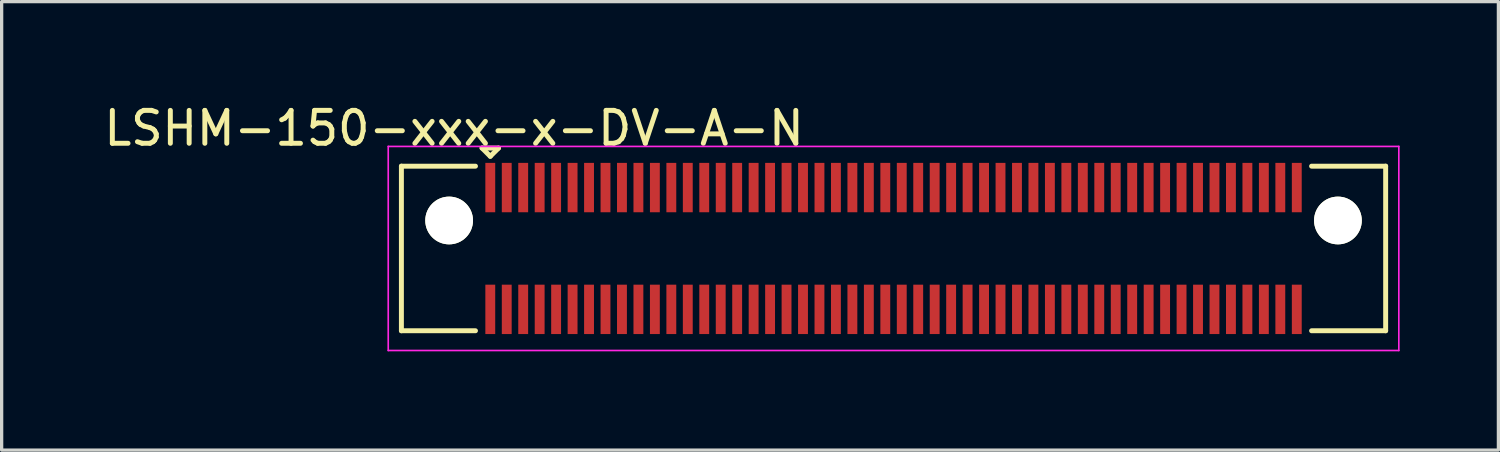
<source format=kicad_pcb>
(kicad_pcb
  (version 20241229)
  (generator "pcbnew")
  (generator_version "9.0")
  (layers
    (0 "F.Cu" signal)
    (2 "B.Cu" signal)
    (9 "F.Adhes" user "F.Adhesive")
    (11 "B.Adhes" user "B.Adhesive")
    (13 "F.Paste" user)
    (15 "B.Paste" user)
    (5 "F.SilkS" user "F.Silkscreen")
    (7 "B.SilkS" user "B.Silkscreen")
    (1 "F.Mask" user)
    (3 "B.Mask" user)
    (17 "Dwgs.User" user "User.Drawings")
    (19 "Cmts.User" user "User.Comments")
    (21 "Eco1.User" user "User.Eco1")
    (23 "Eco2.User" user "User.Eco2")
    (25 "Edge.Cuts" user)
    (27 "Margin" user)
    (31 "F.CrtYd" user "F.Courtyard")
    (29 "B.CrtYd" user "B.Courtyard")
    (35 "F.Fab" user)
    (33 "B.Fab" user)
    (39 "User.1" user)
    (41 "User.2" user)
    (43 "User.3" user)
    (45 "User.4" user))
  (footprint "LSHM-150-xxx-x-DV-A-N"
    (layer "F.Cu")
    (at 24.094 4.498)
    (property "Reference" "LSHM-150-xxx-x-DV-A-N" (at -13.35 -3.65 0) (layer "F.SilkS") (effects (font (size 1 1) (thickness 0.15))))
    (attr smd)
    (fp_line (start -14.95 -2.5) (end -14.95 2.5) (stroke (width 0.15) (type solid)) (layer "F.SilkS"))
    (fp_line (start -14.95 -2.5) (end -12.7 -2.5) (stroke (width 0.15) (type solid)) (layer "F.SilkS"))
    (fp_line (start -14.95 2.5) (end -12.7 2.5) (stroke (width 0.15) (type solid)) (layer "F.SilkS"))
    (fp_line (start -12.5 -3.05) (end -12.25 -2.8) (stroke (width 0.15) (type solid)) (layer "F.SilkS"))
    (fp_line (start -12.25 -2.8) (end -12 -3.05) (stroke (width 0.15) (type solid)) (layer "F.SilkS"))
    (fp_line (start -12 -3.05) (end -12.5 -3.05) (stroke (width 0.15) (type solid)) (layer "F.SilkS"))
    (fp_line (start 14.95 -2.5) (end 12.7 -2.5) (stroke (width 0.15) (type solid)) (layer "F.SilkS"))
    (fp_line (start 14.95 -2.5) (end 14.95 2.5) (stroke (width 0.15) (type solid)) (layer "F.SilkS"))
    (fp_line (start 14.95 2.5) (end 12.7 2.5) (stroke (width 0.15) (type solid)) (layer "F.SilkS"))
    (fp_line (start -15.35 -3.1) (end 15.35 -3.1) (stroke (width 0.05) (type solid)) (layer "F.CrtYd"))
    (fp_line (start -15.35 3.1) (end -15.35 -3.1) (stroke (width 0.05) (type solid)) (layer "F.CrtYd"))
    (fp_line (start -15.35 3.1) (end 15.35 3.1) (stroke (width 0.05) (type solid)) (layer "F.CrtYd"))
    (fp_line (start 15.35 3.1) (end 15.35 -3.1) (stroke (width 0.05) (type solid)) (layer "F.CrtYd"))
    (pad "" np_thru_hole circle (at -13.5 -0.85) (size 1.45 1.45) (drill 1.45) (layers "*.Cu" "*.Mask" "F.SilkS"))
    (pad "" np_thru_hole circle (at 13.5 -0.85) (size 1.45 1.45) (drill 1.45) (layers "*.Cu" "*.Mask" "F.SilkS"))
    (pad "1" smd rect (at -12.25 -1.85) (size 0.3 1.5) (layers "F.Cu" "F.Mask" "F.Paste"))
    (pad "2" smd rect (at -12.25 1.85) (size 0.3 1.5) (layers "F.Cu" "F.Mask" "F.Paste"))
    (pad "3" smd rect (at -11.75 -1.85) (size 0.3 1.5) (layers "F.Cu" "F.Mask" "F.Paste"))
    (pad "4" smd rect (at -11.75 1.85) (size 0.3 1.5) (layers "F.Cu" "F.Mask" "F.Paste"))
    (pad "5" smd rect (at -11.25 -1.85) (size 0.3 1.5) (layers "F.Cu" "F.Mask" "F.Paste"))
    (pad "6" smd rect (at -11.25 1.85) (size 0.3 1.5) (layers "F.Cu" "F.Mask" "F.Paste"))
    (pad "7" smd rect (at -10.75 -1.85) (size 0.3 1.5) (layers "F.Cu" "F.Mask" "F.Paste"))
    (pad "8" smd rect (at -10.75 1.85) (size 0.3 1.5) (layers "F.Cu" "F.Mask" "F.Paste"))
    (pad "9" smd rect (at -10.25 -1.85) (size 0.3 1.5) (layers "F.Cu" "F.Mask" "F.Paste"))
    (pad "10" smd rect (at -10.25 1.85) (size 0.3 1.5) (layers "F.Cu" "F.Mask" "F.Paste"))
    (pad "11" smd rect (at -9.75 -1.85) (size 0.3 1.5) (layers "F.Cu" "F.Mask" "F.Paste"))
    (pad "12" smd rect (at -9.75 1.85) (size 0.3 1.5) (layers "F.Cu" "F.Mask" "F.Paste"))
    (pad "13" smd rect (at -9.25 -1.85) (size 0.3 1.5) (layers "F.Cu" "F.Mask" "F.Paste"))
    (pad "14" smd rect (at -9.25 1.85) (size 0.3 1.5) (layers "F.Cu" "F.Mask" "F.Paste"))
    (pad "15" smd rect (at -8.75 -1.85) (size 0.3 1.5) (layers "F.Cu" "F.Mask" "F.Paste"))
    (pad "16" smd rect (at -8.75 1.85) (size 0.3 1.5) (layers "F.Cu" "F.Mask" "F.Paste"))
    (pad "17" smd rect (at -8.25 -1.85) (size 0.3 1.5) (layers "F.Cu" "F.Mask" "F.Paste"))
    (pad "18" smd rect (at -8.25 1.85) (size 0.3 1.5) (layers "F.Cu" "F.Mask" "F.Paste"))
    (pad "19" smd rect (at -7.75 -1.85) (size 0.3 1.5) (layers "F.Cu" "F.Mask" "F.Paste"))
    (pad "20" smd rect (at -7.75 1.85) (size 0.3 1.5) (layers "F.Cu" "F.Mask" "F.Paste"))
    (pad "21" smd rect (at -7.25 -1.85) (size 0.3 1.5) (layers "F.Cu" "F.Mask" "F.Paste"))
    (pad "22" smd rect (at -7.25 1.85) (size 0.3 1.5) (layers "F.Cu" "F.Mask" "F.Paste"))
    (pad "23" smd rect (at -6.75 -1.85) (size 0.3 1.5) (layers "F.Cu" "F.Mask" "F.Paste"))
    (pad "24" smd rect (at -6.75 1.85) (size 0.3 1.5) (layers "F.Cu" "F.Mask" "F.Paste"))
    (pad "25" smd rect (at -6.25 -1.85) (size 0.3 1.5) (layers "F.Cu" "F.Mask" "F.Paste"))
    (pad "26" smd rect (at -6.25 1.85) (size 0.3 1.5) (layers "F.Cu" "F.Mask" "F.Paste"))
    (pad "27" smd rect (at -5.75 -1.85) (size 0.3 1.5) (layers "F.Cu" "F.Mask" "F.Paste"))
    (pad "28" smd rect (at -5.75 1.85) (size 0.3 1.5) (layers "F.Cu" "F.Mask" "F.Paste"))
    (pad "29" smd rect (at -5.25 -1.85) (size 0.3 1.5) (layers "F.Cu" "F.Mask" "F.Paste"))
    (pad "30" smd rect (at -5.25 1.85) (size 0.3 1.5) (layers "F.Cu" "F.Mask" "F.Paste"))
    (pad "31" smd rect (at -4.75 -1.85) (size 0.3 1.5) (layers "F.Cu" "F.Mask" "F.Paste"))
    (pad "32" smd rect (at -4.75 1.85) (size 0.3 1.5) (layers "F.Cu" "F.Mask" "F.Paste"))
    (pad "33" smd rect (at -4.25 -1.85) (size 0.3 1.5) (layers "F.Cu" "F.Mask" "F.Paste"))
    (pad "34" smd rect (at -4.25 1.85) (size 0.3 1.5) (layers "F.Cu" "F.Mask" "F.Paste"))
    (pad "35" smd rect (at -3.75 -1.85) (size 0.3 1.5) (layers "F.Cu" "F.Mask" "F.Paste"))
    (pad "36" smd rect (at -3.75 1.85) (size 0.3 1.5) (layers "F.Cu" "F.Mask" "F.Paste"))
    (pad "37" smd rect (at -3.25 -1.85) (size 0.3 1.5) (layers "F.Cu" "F.Mask" "F.Paste"))
    (pad "38" smd rect (at -3.25 1.85) (size 0.3 1.5) (layers "F.Cu" "F.Mask" "F.Paste"))
    (pad "39" smd rect (at -2.75 -1.85) (size 0.3 1.5) (layers "F.Cu" "F.Mask" "F.Paste"))
    (pad "40" smd rect (at -2.75 1.85) (size 0.3 1.5) (layers "F.Cu" "F.Mask" "F.Paste"))
    (pad "41" smd rect (at -2.25 -1.85) (size 0.3 1.5) (layers "F.Cu" "F.Mask" "F.Paste"))
    (pad "42" smd rect (at -2.25 1.85) (size 0.3 1.5) (layers "F.Cu" "F.Mask" "F.Paste"))
    (pad "43" smd rect (at -1.75 -1.85) (size 0.3 1.5) (layers "F.Cu" "F.Mask" "F.Paste"))
    (pad "44" smd rect (at -1.75 1.85) (size 0.3 1.5) (layers "F.Cu" "F.Mask" "F.Paste"))
    (pad "45" smd rect (at -1.25 -1.85) (size 0.3 1.5) (layers "F.Cu" "F.Mask" "F.Paste"))
    (pad "46" smd rect (at -1.25 1.85) (size 0.3 1.5) (layers "F.Cu" "F.Mask" "F.Paste"))
    (pad "47" smd rect (at -0.75 -1.85) (size 0.3 1.5) (layers "F.Cu" "F.Mask" "F.Paste"))
    (pad "48" smd rect (at -0.75 1.85) (size 0.3 1.5) (layers "F.Cu" "F.Mask" "F.Paste"))
    (pad "49" smd rect (at -0.25 -1.85) (size 0.3 1.5) (layers "F.Cu" "F.Mask" "F.Paste"))
    (pad "50" smd rect (at -0.25 1.85) (size 0.3 1.5) (layers "F.Cu" "F.Mask" "F.Paste"))
    (pad "51" smd rect (at 0.25 -1.85) (size 0.3 1.5) (layers "F.Cu" "F.Mask" "F.Paste"))
    (pad "52" smd rect (at 0.25 1.85) (size 0.3 1.5) (layers "F.Cu" "F.Mask" "F.Paste"))
    (pad "53" smd rect (at 0.75 -1.85) (size 0.3 1.5) (layers "F.Cu" "F.Mask" "F.Paste"))
    (pad "54" smd rect (at 0.75 1.85) (size 0.3 1.5) (layers "F.Cu" "F.Mask" "F.Paste"))
    (pad "55" smd rect (at 1.25 -1.85) (size 0.3 1.5) (layers "F.Cu" "F.Mask" "F.Paste"))
    (pad "56" smd rect (at 1.25 1.85) (size 0.3 1.5) (layers "F.Cu" "F.Mask" "F.Paste"))
    (pad "57" smd rect (at 1.75 -1.85) (size 0.3 1.5) (layers "F.Cu" "F.Mask" "F.Paste"))
    (pad "58" smd rect (at 1.75 1.85) (size 0.3 1.5) (layers "F.Cu" "F.Mask" "F.Paste"))
    (pad "59" smd rect (at 2.25 -1.85) (size 0.3 1.5) (layers "F.Cu" "F.Mask" "F.Paste"))
    (pad "60" smd rect (at 2.25 1.85) (size 0.3 1.5) (layers "F.Cu" "F.Mask" "F.Paste"))
    (pad "61" smd rect (at 2.75 -1.85) (size 0.3 1.5) (layers "F.Cu" "F.Mask" "F.Paste"))
    (pad "62" smd rect (at 2.75 1.85) (size 0.3 1.5) (layers "F.Cu" "F.Mask" "F.Paste"))
    (pad "63" smd rect (at 3.25 -1.85) (size 0.3 1.5) (layers "F.Cu" "F.Mask" "F.Paste"))
    (pad "64" smd rect (at 3.25 1.85) (size 0.3 1.5) (layers "F.Cu" "F.Mask" "F.Paste"))
    (pad "65" smd rect (at 3.75 -1.85) (size 0.3 1.5) (layers "F.Cu" "F.Mask" "F.Paste"))
    (pad "66" smd rect (at 3.75 1.85) (size 0.3 1.5) (layers "F.Cu" "F.Mask" "F.Paste"))
    (pad "67" smd rect (at 4.25 -1.85) (size 0.3 1.5) (layers "F.Cu" "F.Mask" "F.Paste"))
    (pad "68" smd rect (at 4.25 1.85) (size 0.3 1.5) (layers "F.Cu" "F.Mask" "F.Paste"))
    (pad "69" smd rect (at 4.75 -1.85) (size 0.3 1.5) (layers "F.Cu" "F.Mask" "F.Paste"))
    (pad "70" smd rect (at 4.75 1.85) (size 0.3 1.5) (layers "F.Cu" "F.Mask" "F.Paste"))
    (pad "71" smd rect (at 5.25 -1.85) (size 0.3 1.5) (layers "F.Cu" "F.Mask" "F.Paste"))
    (pad "72" smd rect (at 5.25 1.85) (size 0.3 1.5) (layers "F.Cu" "F.Mask" "F.Paste"))
    (pad "73" smd rect (at 5.75 -1.85) (size 0.3 1.5) (layers "F.Cu" "F.Mask" "F.Paste"))
    (pad "74" smd rect (at 5.75 1.85) (size 0.3 1.5) (layers "F.Cu" "F.Mask" "F.Paste"))
    (pad "75" smd rect (at 6.25 -1.85) (size 0.3 1.5) (layers "F.Cu" "F.Mask" "F.Paste"))
    (pad "76" smd rect (at 6.25 1.85) (size 0.3 1.5) (layers "F.Cu" "F.Mask" "F.Paste"))
    (pad "77" smd rect (at 6.75 -1.85) (size 0.3 1.5) (layers "F.Cu" "F.Mask" "F.Paste"))
    (pad "78" smd rect (at 6.75 1.85) (size 0.3 1.5) (layers "F.Cu" "F.Mask" "F.Paste"))
    (pad "79" smd rect (at 7.25 -1.85) (size 0.3 1.5) (layers "F.Cu" "F.Mask" "F.Paste"))
    (pad "80" smd rect (at 7.25 1.85) (size 0.3 1.5) (layers "F.Cu" "F.Mask" "F.Paste"))
    (pad "81" smd rect (at 7.75 -1.85) (size 0.3 1.5) (layers "F.Cu" "F.Mask" "F.Paste"))
    (pad "82" smd rect (at 7.75 1.85) (size 0.3 1.5) (layers "F.Cu" "F.Mask" "F.Paste"))
    (pad "83" smd rect (at 8.25 -1.85) (size 0.3 1.5) (layers "F.Cu" "F.Mask" "F.Paste"))
    (pad "84" smd rect (at 8.25 1.85) (size 0.3 1.5) (layers "F.Cu" "F.Mask" "F.Paste"))
    (pad "85" smd rect (at 8.75 -1.85) (size 0.3 1.5) (layers "F.Cu" "F.Mask" "F.Paste"))
    (pad "86" smd rect (at 8.75 1.85) (size 0.3 1.5) (layers "F.Cu" "F.Mask" "F.Paste"))
    (pad "87" smd rect (at 9.25 -1.85) (size 0.3 1.5) (layers "F.Cu" "F.Mask" "F.Paste"))
    (pad "88" smd rect (at 9.25 1.85) (size 0.3 1.5) (layers "F.Cu" "F.Mask" "F.Paste"))
    (pad "89" smd rect (at 9.75 -1.85) (size 0.3 1.5) (layers "F.Cu" "F.Mask" "F.Paste"))
    (pad "90" smd rect (at 9.75 1.85) (size 0.3 1.5) (layers "F.Cu" "F.Mask" "F.Paste"))
    (pad "91" smd rect (at 10.25 -1.85) (size 0.3 1.5) (layers "F.Cu" "F.Mask" "F.Paste"))
    (pad "92" smd rect (at 10.25 1.85) (size 0.3 1.5) (layers "F.Cu" "F.Mask" "F.Paste"))
    (pad "93" smd rect (at 10.75 -1.85) (size 0.3 1.5) (layers "F.Cu" "F.Mask" "F.Paste"))
    (pad "94" smd rect (at 10.75 1.85) (size 0.3 1.5) (layers "F.Cu" "F.Mask" "F.Paste"))
    (pad "95" smd rect (at 11.25 -1.85) (size 0.3 1.5) (layers "F.Cu" "F.Mask" "F.Paste"))
    (pad "96" smd rect (at 11.25 1.85) (size 0.3 1.5) (layers "F.Cu" "F.Mask" "F.Paste"))
    (pad "97" smd rect (at 11.75 -1.85) (size 0.3 1.5) (layers "F.Cu" "F.Mask" "F.Paste"))
    (pad "98" smd rect (at 11.75 1.85) (size 0.3 1.5) (layers "F.Cu" "F.Mask" "F.Paste"))
    (pad "99" smd rect (at 12.25 -1.85) (size 0.3 1.5) (layers "F.Cu" "F.Mask" "F.Paste"))
    (pad "100" smd rect (at 12.25 1.85) (size 0.3 1.5) (layers "F.Cu" "F.Mask" "F.Paste")))
  (gr_rect
    (start -3 -3)
    (end 42.469 10.623)
    (stroke (width 0.1) (type default))
    (fill no)
    (layer "Edge.Cuts")))
</source>
